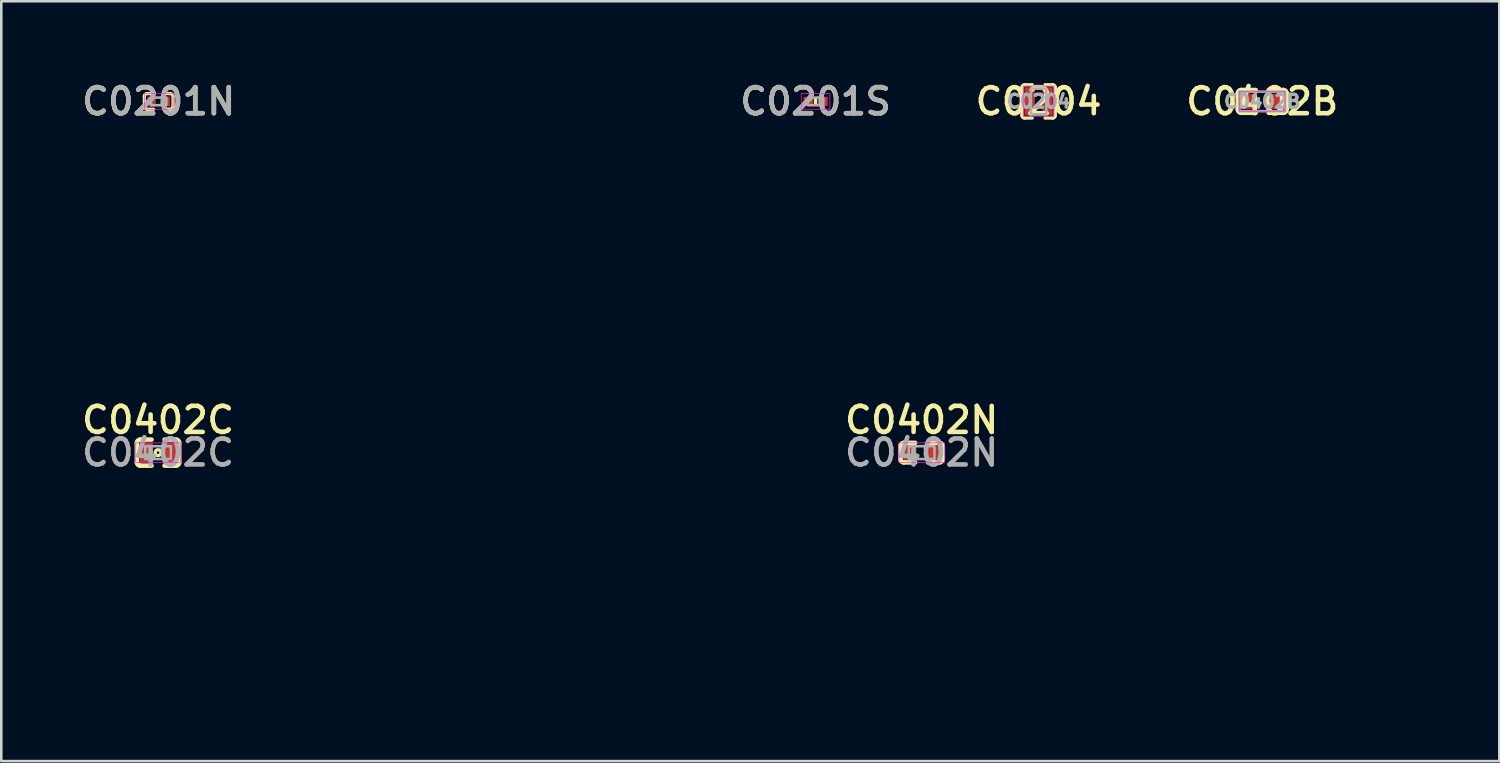
<source format=kicad_pcb>
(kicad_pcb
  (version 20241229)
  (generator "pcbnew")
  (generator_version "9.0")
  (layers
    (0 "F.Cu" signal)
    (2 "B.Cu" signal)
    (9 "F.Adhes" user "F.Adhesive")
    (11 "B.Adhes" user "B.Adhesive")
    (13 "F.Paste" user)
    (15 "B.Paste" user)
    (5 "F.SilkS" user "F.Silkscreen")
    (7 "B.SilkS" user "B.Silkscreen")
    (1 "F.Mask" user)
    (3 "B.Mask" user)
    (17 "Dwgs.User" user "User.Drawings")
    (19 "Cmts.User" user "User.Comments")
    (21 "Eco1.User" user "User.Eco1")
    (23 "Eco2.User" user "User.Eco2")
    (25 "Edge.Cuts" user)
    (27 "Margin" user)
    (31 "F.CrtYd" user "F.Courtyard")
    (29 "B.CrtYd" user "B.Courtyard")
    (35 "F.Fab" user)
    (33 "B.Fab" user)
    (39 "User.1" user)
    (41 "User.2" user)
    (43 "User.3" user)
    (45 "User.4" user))
  (footprint "C0402N"
    (layer "F.Cu")
    (at 32.907 14.609)
    (property "Reference" "C0402N" (at 0 -1.27 0) (layer "F.SilkS") (effects (font (size 1.016 1.016) (thickness 0.178))))
    (attr smd)
    (fp_line (start -0.825 0.254) (end -0.826 -0.254) (stroke (width 0.178) (type solid)) (layer "F.SilkS"))
    (fp_line (start -0.699 0.381) (end -0.254 0.381) (stroke (width 0.178) (type solid)) (layer "F.SilkS"))
    (fp_line (start -0.254 -0.381) (end -0.699 -0.381) (stroke (width 0.178) (type solid)) (layer "F.SilkS"))
    (fp_line (start 0.254 -0.381) (end 0.699 -0.381) (stroke (width 0.178) (type solid)) (layer "F.SilkS"))
    (fp_line (start 0.254 0.381) (end 0.699 0.381) (stroke (width 0.178) (type solid)) (layer "F.SilkS"))
    (fp_line (start 0.825 -0.254) (end 0.826 0.254) (stroke (width 0.178) (type solid)) (layer "F.SilkS"))
    (fp_arc (start -0.825501 -0.254001) (mid -0.788303 -0.343803) (end -0.6985 -0.381) (stroke (width 0.1778) (type solid)) (layer "F.SilkS"))
    (fp_arc (start -0.698501 0.381) (mid -0.788302 0.343803) (end -0.825499 0.254002) (stroke (width 0.1778) (type solid)) (layer "F.SilkS"))
    (fp_arc (start 0.698501 -0.381) (mid 0.788302 -0.343803) (end 0.825499 -0.254002) (stroke (width 0.1778) (type solid)) (layer "F.SilkS"))
    (fp_arc (start 0.825501 0.254001) (mid 0.788303 0.343803) (end 0.6985 0.381) (stroke (width 0.1778) (type solid)) (layer "F.SilkS"))
    (fp_rect (start -0.889 -0.381) (end 0.889 0.381) (stroke (width 0.025) (type solid)) (fill no) (layer "F.CrtYd"))
    (fp_rect (start -0.5 -0.25) (end 0.5 0.25) (stroke (width 0.1) (type solid)) (fill no) (layer "F.Fab"))
    (fp_text user "${REFERENCE}" (at 0 0 0) (layer "F.Fab") (effects (font (size 1.016 1.016) (thickness 0.178))))
    (fp_text user "Dimension: 1.0x0.5mm" (at 0 6.096 0) (unlocked yes) (layer "User.1") (effects (font (size 1.016 1.016) (thickness 0.178) (italic yes)) (justify left)))
    (fp_text user "Auth: Thanh Duong" (at 0 8.128 0) (unlocked yes) (layer "User.1") (effects (font (size 1.016 1.016) (thickness 0.178) (italic yes)) (justify left)))
    (fp_text user "Footprint: C0402N (NXP)" (at 0 4.064 0) (unlocked yes) (layer "User.1") (effects (font (size 1.016 1.016) (thickness 0.178) (italic yes)) (justify left)))
    (pad "1" smd rect (at -0.457 0) (size 0.508 0.559) (layers "F.Cu" "F.Mask" "F.Paste"))
    (pad "2" smd rect (at 0.457 0) (size 0.508 0.559) (layers "F.Cu" "F.Mask" "F.Paste")))
  (footprint "C0204"
    (layer "F.Cu")
    (at 37.471 0.906)
    (property "Reference" "C0204" (at 0 0 0) (layer "F.SilkS") (effects (font (size 1.016 1.016) (thickness 0.178))))
    (attr smd)
    (fp_line (start -0.65 0.55) (end -0.65 -0.55) (stroke (width 0.127) (type solid)) (layer "F.SilkS"))
    (fp_line (start -0.55 0.65) (end -0.25 0.65) (stroke (width 0.127) (type solid)) (layer "F.SilkS"))
    (fp_line (start -0.25 -0.65) (end -0.55 -0.65) (stroke (width 0.127) (type solid)) (layer "F.SilkS"))
    (fp_line (start 0.25 -0.65) (end 0.55 -0.65) (stroke (width 0.127) (type solid)) (layer "F.SilkS"))
    (fp_line (start 0.25 0.65) (end 0.55 0.65) (stroke (width 0.127) (type solid)) (layer "F.SilkS"))
    (fp_line (start 0.65 -0.55) (end 0.65 0.55) (stroke (width 0.127) (type solid)) (layer "F.SilkS"))
    (fp_arc (start -0.65 -0.55) (mid -0.620711 -0.620711) (end -0.55 -0.65) (stroke (width 0.127) (type default)) (layer "F.SilkS"))
    (fp_arc (start -0.55 0.65) (mid -0.620711 0.620711) (end -0.65 0.55) (stroke (width 0.127) (type default)) (layer "F.SilkS"))
    (fp_arc (start 0.55 -0.65) (mid 0.620711 -0.620711) (end 0.65 -0.55) (stroke (width 0.127) (type default)) (layer "F.SilkS"))
    (fp_arc (start 0.65 0.55) (mid 0.620711 0.620711) (end 0.55 0.65) (stroke (width 0.127) (type default)) (layer "F.SilkS"))
    (fp_rect (start -0.6 -0.6) (end 0.6 0.6) (stroke (width 0.025) (type solid)) (fill no) (layer "F.CrtYd"))
    (fp_rect (start -0.3 -0.5) (end 0.3 0.5) (stroke (width 0.1) (type solid)) (fill no) (layer "F.Fab"))
    (fp_text user "${REFERENCE}" (at 0 0 0) (layer "F.Fab") (effects (font (size 0.508 0.508) (thickness 0.127))))
    (pad "1" smd rect (at -0.35 0) (size 0.4 1.1) (layers "F.Cu" "F.Mask" "F.Paste"))
    (pad "2" smd rect (at 0.35 0) (size 0.4 1.1) (layers "F.Cu" "F.Mask" "F.Paste")))
  (footprint "C0402B"
    (layer "F.Cu")
    (at 46.195 0.906)
    (property "Reference" "C0402B" (at 0 0 0) (layer "F.SilkS") (effects (font (size 1.016 1.016) (thickness 0.178))))
    (attr smd)
    (fp_line (start -0.952 0.318) (end -0.952 -0.318) (stroke (width 0.178) (type solid)) (layer "F.SilkS"))
    (fp_line (start -0.826 0.444) (end -0.254 0.445) (stroke (width 0.178) (type solid)) (layer "F.SilkS"))
    (fp_line (start -0.254 -0.444) (end -0.825 -0.444) (stroke (width 0.178) (type solid)) (layer "F.SilkS"))
    (fp_line (start 0.254 -0.445) (end 0.826 -0.445) (stroke (width 0.178) (type solid)) (layer "F.SilkS"))
    (fp_line (start 0.254 0.445) (end 0.826 0.445) (stroke (width 0.178) (type solid)) (layer "F.SilkS"))
    (fp_line (start 0.952 -0.318) (end 0.953 0.318) (stroke (width 0.178) (type solid)) (layer "F.SilkS"))
    (fp_arc (start -0.952499 -0.3175) (mid -0.915301 -0.407303) (end -0.825498 -0.444499) (stroke (width 0.1778) (type solid)) (layer "F.SilkS"))
    (fp_arc (start -0.8255 0.444499) (mid -0.915303 0.407301) (end -0.952499 0.317498) (stroke (width 0.1778) (type solid)) (layer "F.SilkS"))
    (fp_arc (start 0.825501 -0.4445) (mid 0.915302 -0.407303) (end 0.952499 -0.317502) (stroke (width 0.1778) (type solid)) (layer "F.SilkS"))
    (fp_arc (start 0.952501 0.317501) (mid 0.915303 0.407304) (end 0.8255 0.4445) (stroke (width 0.1778) (type solid)) (layer "F.SilkS"))
    (fp_rect (start -0.889 -0.381) (end 0.889 0.381) (stroke (width 0.025) (type solid)) (fill no) (layer "F.CrtYd"))
    (fp_rect (start -0.889 -0.381) (end 0.889 0.381) (stroke (width 0.1) (type solid)) (fill no) (layer "F.Fab"))
    (fp_text user "${REFERENCE}" (at 0 0 0) (layer "F.Fab") (effects (font (size 0.508 0.508) (thickness 0.127))))
    (pad "1" smd rect (at -0.533 0) (size 0.584 0.584) (layers "F.Cu" "F.Mask" "F.Paste"))
    (pad "2" smd rect (at 0.533 0) (size 0.584 0.584) (layers "F.Cu" "F.Mask" "F.Paste")))
  (footprint "C0201N"
    (layer "F.Cu")
    (at 3.141 0.906)
    (property "Reference" "C0201N" (at 0 0 0) (layer "F.SilkS") (effects (font (size 1.016 1.016) (thickness 0.178))))
    (attr smd)
    (fp_line (start -0.559 -0.203) (end -0.559 0.203) (stroke (width 0.127) (type solid)) (layer "F.SilkS"))
    (fp_line (start -0.457 0.305) (end -0.203 0.305) (stroke (width 0.127) (type solid)) (layer "F.SilkS"))
    (fp_line (start -0.203 -0.305) (end -0.457 -0.305) (stroke (width 0.127) (type solid)) (layer "F.SilkS"))
    (fp_line (start 0.457 -0.305) (end 0.203 -0.305) (stroke (width 0.127) (type solid)) (layer "F.SilkS"))
    (fp_line (start 0.457 0.305) (end 0.203 0.305) (stroke (width 0.127) (type solid)) (layer "F.SilkS"))
    (fp_line (start 0.559 -0.203) (end 0.559 0.203) (stroke (width 0.127) (type solid)) (layer "F.SilkS"))
    (fp_arc (start -0.5588 -0.2032) (mid -0.529042 -0.275042) (end -0.4572 -0.3048) (stroke (width 0.127) (type solid)) (layer "F.SilkS"))
    (fp_arc (start -0.4572 0.3048) (mid -0.529042 0.275042) (end -0.5588 0.2032) (stroke (width 0.127) (type solid)) (layer "F.SilkS"))
    (fp_arc (start 0.4572 -0.3048) (mid 0.529042 -0.275042) (end 0.5588 -0.2032) (stroke (width 0.127) (type solid)) (layer "F.SilkS"))
    (fp_arc (start 0.5588 0.2032) (mid 0.529042 0.275042) (end 0.4572 0.3048) (stroke (width 0.127) (type solid)) (layer "F.SilkS"))
    (fp_rect (start -0.559 -0.305) (end 0.559 0.305) (stroke (width 0.025) (type solid)) (fill no) (layer "F.CrtYd"))
    (fp_rect (start -0.3 -0.15) (end 0.3 0.15) (stroke (width 0.1) (type solid)) (fill no) (layer "F.Fab"))
    (fp_text user "${REFERENCE}" (at 0 0 0) (layer "F.Fab") (effects (font (size 1.016 1.016) (thickness 0.178))))
    (fp_text user "Footprint: C0201N (NXP)" (at 0 3.556 0) (unlocked yes) (layer "User.1") (effects (font (size 1.016 1.016) (thickness 0.178) (italic yes)) (justify left)))
    (fp_text user "Dimension: 0.6x0.3mm" (at 0 5.588 0) (unlocked yes) (layer "User.1") (effects (font (size 1.016 1.016) (thickness 0.178) (italic yes)) (justify left)))
    (fp_text user "Auth: Thanh Duong" (at 0 7.62 0) (unlocked yes) (layer "User.1") (effects (font (size 1.016 1.016) (thickness 0.178) (italic yes)) (justify left)))
    (pad "1" smd rect (at -0.279 0) (size 0.33 0.381) (layers "F.Cu" "F.Mask" "F.Paste"))
    (pad "2" smd rect (at 0.279 0) (size 0.33 0.381) (layers "F.Cu" "F.Mask" "F.Paste")))
  (footprint "C0402C"
    (layer "F.Cu")
    (at 3.116 14.609)
    (property "Reference" "C0402C" (at 0 -1.27 0) (layer "F.SilkS") (effects (font (size 1.016 1.016) (thickness 0.178))))
    (attr smd)
    (fp_line (start -0.825 0.381) (end -0.826 -0.381) (stroke (width 0.178) (type solid)) (layer "F.SilkS"))
    (fp_line (start -0.699 0.508) (end -0.254 0.508) (stroke (width 0.178) (type solid)) (layer "F.SilkS"))
    (fp_line (start -0.254 -0.508) (end -0.699 -0.508) (stroke (width 0.178) (type solid)) (layer "F.SilkS"))
    (fp_line (start 0.254 -0.508) (end 0.699 -0.508) (stroke (width 0.178) (type solid)) (layer "F.SilkS"))
    (fp_line (start 0.254 0.508) (end 0.699 0.508) (stroke (width 0.178) (type solid)) (layer "F.SilkS"))
    (fp_line (start 0.825 -0.381) (end 0.826 0.381) (stroke (width 0.178) (type solid)) (layer "F.SilkS"))
    (fp_arc (start -0.8255 -0.381001) (mid -0.788302 -0.470803) (end -0.698499 -0.508) (stroke (width 0.1778) (type solid)) (layer "F.SilkS"))
    (fp_arc (start -0.698501 0.507999) (mid -0.788302 0.470802) (end -0.825499 0.381001) (stroke (width 0.1778) (type solid)) (layer "F.SilkS"))
    (fp_arc (start 0.698501 -0.508) (mid 0.788302 -0.470803) (end 0.825499 -0.381002) (stroke (width 0.1778) (type solid)) (layer "F.SilkS"))
    (fp_arc (start 0.825501 0.381001) (mid 0.788303 0.470804) (end 0.6985 0.508) (stroke (width 0.1778) (type solid)) (layer "F.SilkS"))
    (fp_circle (center 0 0) (end 0.051 0) (stroke (width 0.127) (type solid)) (fill no) (layer "F.SilkS"))
    (fp_rect (start -0.889 -0.381) (end 0.889 0.381) (stroke (width 0.025) (type solid)) (fill no) (layer "F.CrtYd"))
    (fp_rect (start -0.5 -0.25) (end 0.5 0.25) (stroke (width 0.1) (type solid)) (fill no) (layer "F.Fab"))
    (fp_text user "${REFERENCE}" (at 0 0 0) (layer "F.Fab") (effects (font (size 1.016 1.016) (thickness 0.178))))
    (fp_text user "Footprint: 0402 (1005 Metric)" (at 0 4.064 0) (unlocked yes) (layer "User.1") (effects (font (size 1.016 1.016) (thickness 0.178) (italic yes)) (justify left)))
    (fp_text user "Auth: Thanh Duong" (at 0 8.128 0) (unlocked yes) (layer "User.1") (effects (font (size 1.016 1.016) (thickness 0.178) (italic yes)) (justify left)))
    (fp_text user "Dimension: 1.0x0.5mm" (at 0 6.096 0) (unlocked yes) (layer "User.1") (effects (font (size 1.016 1.016) (thickness 0.178) (italic yes)) (justify left)))
    (pad "1" smd rect (at -0.457 0) (size 0.508 0.762) (layers "F.Cu" "F.Mask" "F.Paste"))
    (pad "2" smd rect (at 0.457 0) (size 0.508 0.762) (layers "F.Cu" "F.Mask" "F.Paste")))
  (footprint "C0201S"
    (layer "F.Cu")
    (at 28.77 0.906)
    (property "Reference" "C0201S" (at 0 0 0) (layer "F.SilkS") (effects (font (size 1.016 1.016) (thickness 0.178))))
    (attr smd)
    (fp_line (start 0 -0.1) (end 0 0.1) (stroke (width 0.127) (type solid)) (layer "F.SilkS"))
    (fp_rect (start -0.559 -0.305) (end 0.559 0.305) (stroke (width 0.025) (type solid)) (fill no) (layer "F.CrtYd"))
    (fp_rect (start -0.3 -0.15) (end 0.3 0.15) (stroke (width 0.1) (type solid)) (fill no) (layer "F.Fab"))
    (fp_text user "${REFERENCE}" (at 0 0 0) (layer "F.Fab") (effects (font (size 1.016 1.016) (thickness 0.178))))
    (pad "1" smd rect (at -0.279 0) (size 0.381 0.356) (layers "F.Cu" "F.Mask" "F.Paste"))
    (pad "2" smd rect (at 0.279 0) (size 0.381 0.356) (layers "F.Cu" "F.Mask" "F.Paste")))
  (gr_rect
    (start -3 -3)
    (end 55.444 26.644)
    (stroke (width 0.1) (type default))
    (fill no)
    (layer "Edge.Cuts")))
</source>
